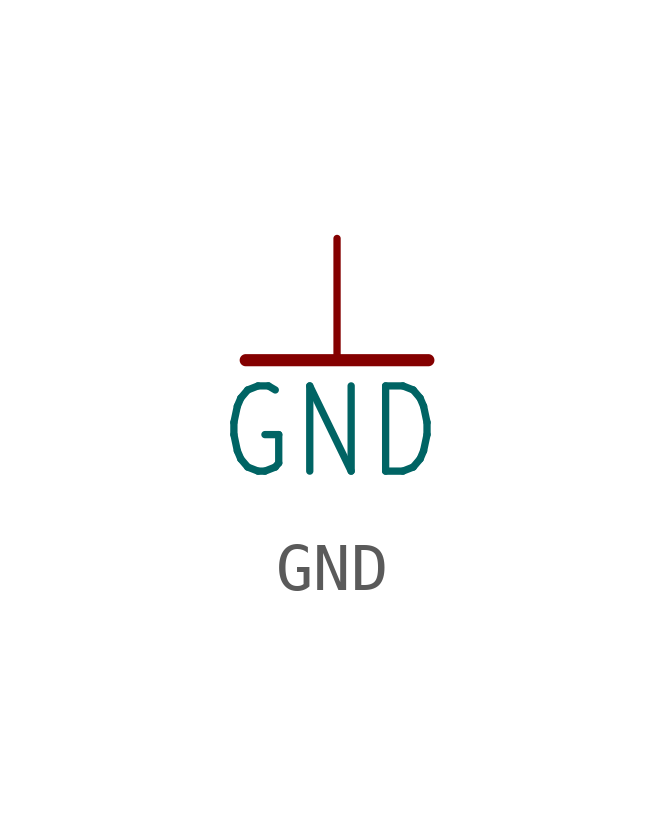
<source format=kicad_sym>
(kicad_symbol_lib
  (version 20231120)
  (generator "kicad_symbol_editor")
  (generator_version "8.0")
  (symbol "GND"
    (power)
    (property "Reference" "#GND"
      (at 0 0 0)
      (effects (font (size 1.27 1.27)) (hide yes)))
    (property "Value" "GND"
      (at -2.54 -2.54 0)
      (effects (font (size 1.778 1.511)) (justify left bottom)))
    (property "ki_locked" ""
      (at 0 0 0)
      (effects (font (size 1.27 1.27))))
    (symbol "GND_1_0"
      (polyline (pts (xy -1.905 0) (xy 1.905 0)) (stroke (width 0.254) (type default)) (fill (type none)))
      (pin power_in line (at 0 2.54 270) (length 2.54) (name "GND" (effects (font (size 0 0)))) (number "1" (effects (font (size 0 0))))))))
</source>
